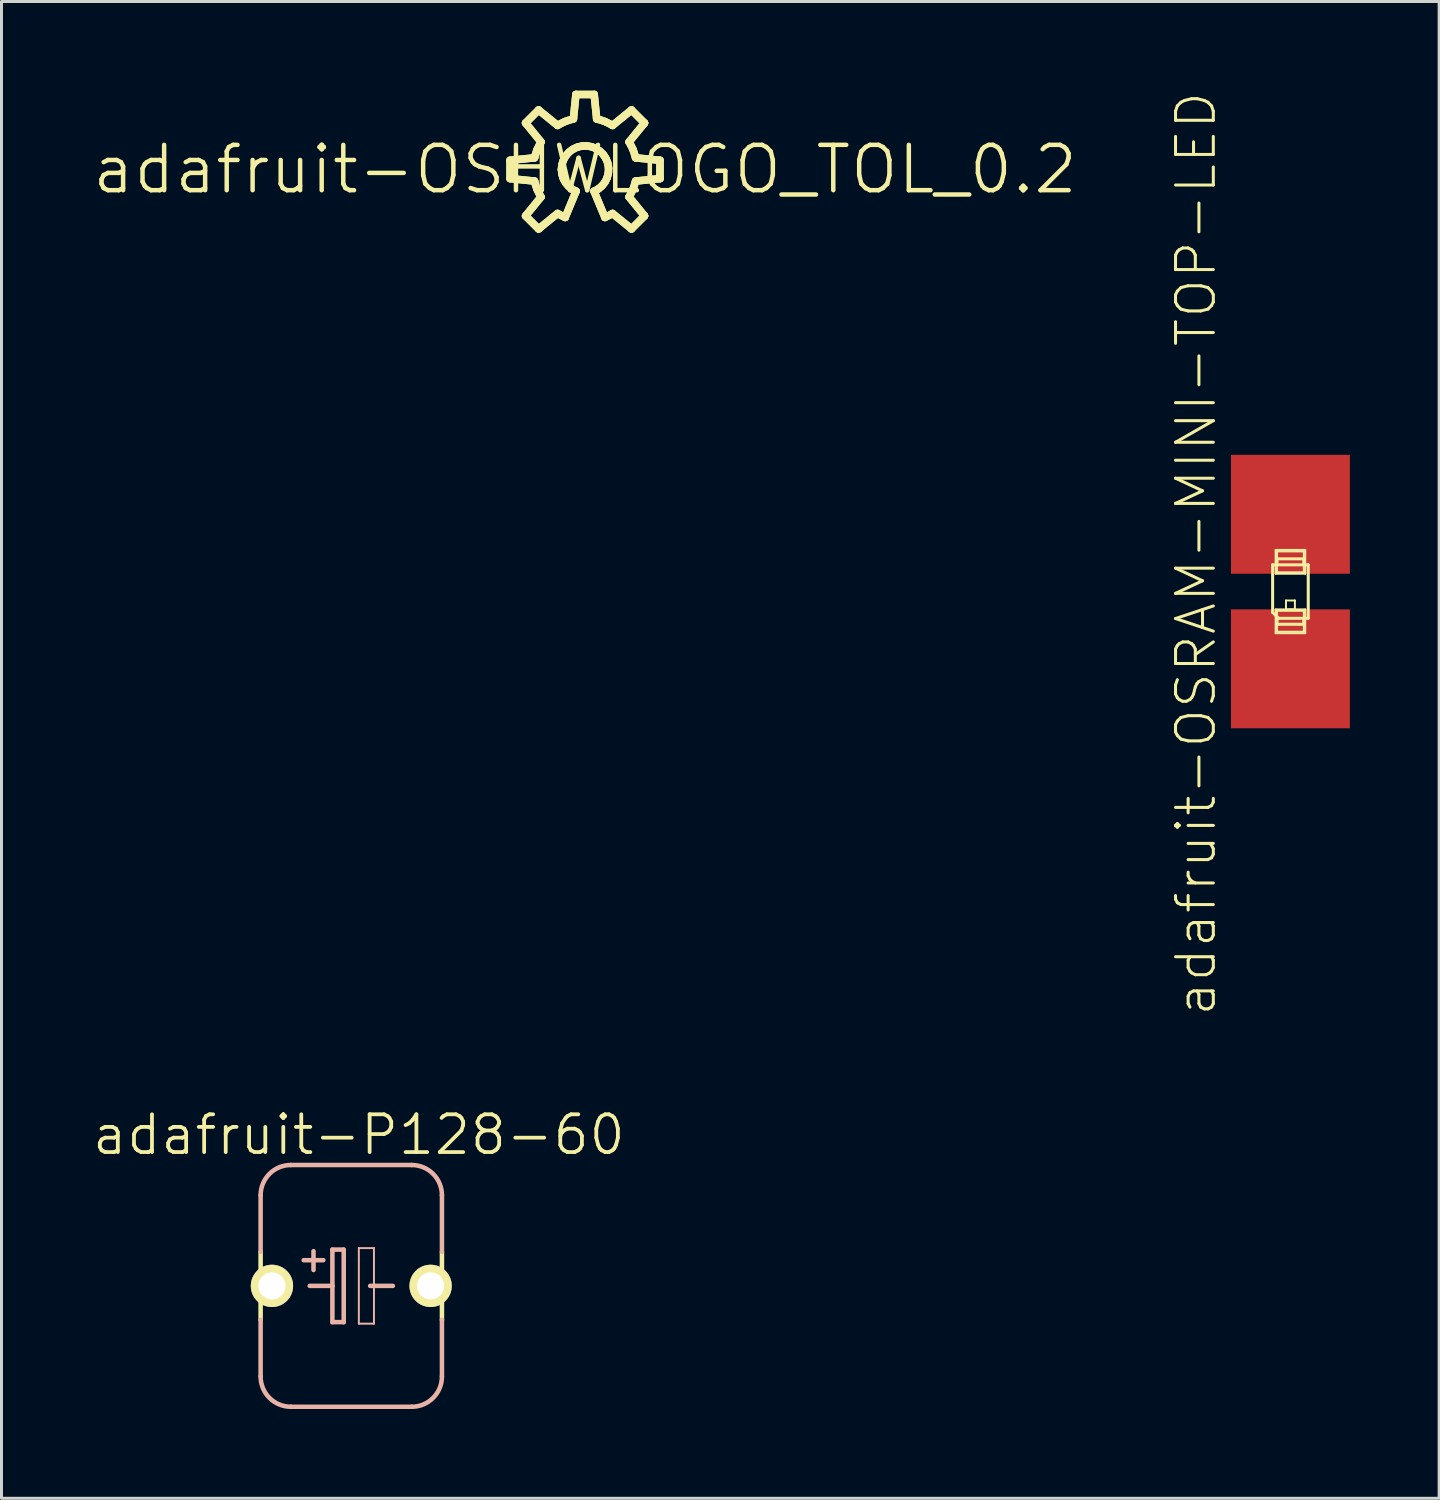
<source format=kicad_pcb>
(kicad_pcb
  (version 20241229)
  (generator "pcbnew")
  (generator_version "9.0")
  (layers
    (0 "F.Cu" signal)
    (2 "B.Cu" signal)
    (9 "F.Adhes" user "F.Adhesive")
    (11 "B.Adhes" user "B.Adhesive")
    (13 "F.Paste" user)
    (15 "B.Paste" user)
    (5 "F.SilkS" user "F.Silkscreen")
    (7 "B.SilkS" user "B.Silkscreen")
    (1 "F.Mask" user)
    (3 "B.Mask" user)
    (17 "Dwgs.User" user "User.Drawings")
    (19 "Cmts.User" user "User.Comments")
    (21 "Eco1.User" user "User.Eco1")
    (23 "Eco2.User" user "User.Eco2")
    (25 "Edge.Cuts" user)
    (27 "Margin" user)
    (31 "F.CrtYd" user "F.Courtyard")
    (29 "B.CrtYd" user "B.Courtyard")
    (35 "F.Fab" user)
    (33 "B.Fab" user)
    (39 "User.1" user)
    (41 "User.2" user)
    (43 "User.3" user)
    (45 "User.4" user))
  (footprint "adafruit-OSRAM-MINI-TOP-LED"
    (layer "F.Cu")
    (at 40.334 16.838)
    (property "Reference" "adafruit-OSRAM-MINI-TOP-LED" (at -3.175 -1.27 90) (layer "F.SilkS") (effects (font (size 1.27 1.27) (thickness 0.102))))
    (attr smd)
    (fp_line (start -0.599 -0.899) (end -0.599 0.699) (stroke (width 0.102) (type solid)) (layer "F.SilkS"))
    (fp_line (start -0.599 0.699) (end -0.399 0.899) (stroke (width 0.102) (type solid)) (layer "F.SilkS"))
    (fp_line (start -0.498 -1.4) (end 0.498 -1.4) (stroke (width 0.066) (type solid)) (layer "F.SilkS"))
    (fp_line (start -0.498 -0.599) (end -0.498 -1.4) (stroke (width 0.066) (type solid)) (layer "F.SilkS"))
    (fp_line (start -0.498 -0.599) (end 0.498 -0.599) (stroke (width 0.066) (type solid)) (layer "F.SilkS"))
    (fp_line (start -0.498 0.599) (end 0.498 0.599) (stroke (width 0.066) (type solid)) (layer "F.SilkS"))
    (fp_line (start -0.498 1.4) (end -0.498 0.599) (stroke (width 0.066) (type solid)) (layer "F.SilkS"))
    (fp_line (start -0.498 1.4) (end 0.498 1.4) (stroke (width 0.066) (type solid)) (layer "F.SilkS"))
    (fp_line (start -0.45 -1.349) (end 0.45 -1.349) (stroke (width 0.066) (type solid)) (layer "F.SilkS"))
    (fp_line (start -0.45 -1.1) (end 0.45 -1.1) (stroke (width 0.102) (type solid)) (layer "F.SilkS"))
    (fp_line (start -0.45 -0.95) (end -0.45 -1.1) (stroke (width 0.102) (type solid)) (layer "F.SilkS"))
    (fp_line (start -0.45 -0.648) (end -0.45 -1.349) (stroke (width 0.066) (type solid)) (layer "F.SilkS"))
    (fp_line (start -0.45 -0.648) (end 0.45 -0.648) (stroke (width 0.066) (type solid)) (layer "F.SilkS"))
    (fp_line (start -0.45 0.648) (end 0.45 0.648) (stroke (width 0.066) (type solid)) (layer "F.SilkS"))
    (fp_line (start -0.45 0.899) (end -0.45 1.1) (stroke (width 0.102) (type solid)) (layer "F.SilkS"))
    (fp_line (start -0.45 0.899) (end -0.399 0.899) (stroke (width 0.102) (type solid)) (layer "F.SilkS"))
    (fp_line (start -0.45 1.1) (end 0.45 1.1) (stroke (width 0.102) (type solid)) (layer "F.SilkS"))
    (fp_line (start -0.45 1.349) (end -0.45 0.648) (stroke (width 0.066) (type solid)) (layer "F.SilkS"))
    (fp_line (start -0.45 1.349) (end 0.45 1.349) (stroke (width 0.066) (type solid)) (layer "F.SilkS"))
    (fp_line (start -0.399 0.899) (end 0.599 0.899) (stroke (width 0.102) (type solid)) (layer "F.SilkS"))
    (fp_line (start -0.15 0.3) (end 0.15 0.3) (stroke (width 0.066) (type solid)) (layer "F.SilkS"))
    (fp_line (start -0.15 0.599) (end -0.15 0.3) (stroke (width 0.066) (type solid)) (layer "F.SilkS"))
    (fp_line (start -0.15 0.599) (end 0.15 0.599) (stroke (width 0.066) (type solid)) (layer "F.SilkS"))
    (fp_line (start 0.15 0.599) (end 0.15 0.3) (stroke (width 0.066) (type solid)) (layer "F.SilkS"))
    (fp_line (start 0.45 -1.1) (end 0.45 -0.95) (stroke (width 0.102) (type solid)) (layer "F.SilkS"))
    (fp_line (start 0.45 -0.648) (end 0.45 -1.349) (stroke (width 0.066) (type solid)) (layer "F.SilkS"))
    (fp_line (start 0.45 1.1) (end 0.45 0.95) (stroke (width 0.102) (type solid)) (layer "F.SilkS"))
    (fp_line (start 0.45 1.349) (end 0.45 0.648) (stroke (width 0.066) (type solid)) (layer "F.SilkS"))
    (fp_line (start 0.498 -0.599) (end 0.498 -1.4) (stroke (width 0.066) (type solid)) (layer "F.SilkS"))
    (fp_line (start 0.498 1.4) (end 0.498 0.599) (stroke (width 0.066) (type solid)) (layer "F.SilkS"))
    (fp_line (start 0.599 -0.899) (end -0.599 -0.899) (stroke (width 0.102) (type solid)) (layer "F.SilkS"))
    (fp_line (start 0.599 0.899) (end 0.599 -0.899) (stroke (width 0.102) (type solid)) (layer "F.SilkS"))
    (pad "A" smd rect (at 0 -2.598) (size 3.998 3.998) (layers "F.Cu" "F.Mask" "F.Paste"))
    (pad "C" smd rect (at 0 2.598) (size 3.998 3.998) (layers "F.Cu" "F.Mask" "F.Paste")))
  (footprint "adafruit-OSHWLOGO_TOL_0.2"
    (layer "F.Cu")
    (at 16.619 2.647)
    (property "Reference" "adafruit-OSHWLOGO_TOL_0.2" (at 0 0 0) (layer "F.SilkS") (effects (font (size 1.524 1.524) (thickness 0.15))))
    (attr exclude_from_pos_files exclude_from_bom)
    (fp_line (start -2.52 -0.307) (end -2.52 0.307) (stroke (width 0.254) (type solid)) (layer "F.SilkS"))
    (fp_line (start -2.52 -0.307) (end -2.52 0.307) (stroke (width 0.254) (type solid)) (layer "F.SilkS"))
    (fp_line (start -2.52 0.307) (end -1.699 0.391) (stroke (width 0.254) (type solid)) (layer "F.SilkS"))
    (fp_line (start -2.52 0.307) (end -1.699 0.391) (stroke (width 0.254) (type solid)) (layer "F.SilkS"))
    (fp_line (start -1.999 -1.562) (end -1.481 -0.925) (stroke (width 0.254) (type solid)) (layer "F.SilkS"))
    (fp_line (start -1.999 -1.562) (end -1.481 -0.925) (stroke (width 0.254) (type solid)) (layer "F.SilkS"))
    (fp_line (start -1.999 1.562) (end -1.562 1.999) (stroke (width 0.254) (type solid)) (layer "F.SilkS"))
    (fp_line (start -1.999 1.562) (end -1.562 1.999) (stroke (width 0.254) (type solid)) (layer "F.SilkS"))
    (fp_line (start -1.699 -0.391) (end -2.52 -0.307) (stroke (width 0.254) (type solid)) (layer "F.SilkS"))
    (fp_line (start -1.699 -0.391) (end -2.52 -0.307) (stroke (width 0.254) (type solid)) (layer "F.SilkS"))
    (fp_line (start -1.699 0.391) (end -1.613 0.668) (stroke (width 0.254) (type solid)) (layer "F.SilkS"))
    (fp_line (start -1.613 -0.668) (end -1.699 -0.391) (stroke (width 0.254) (type solid)) (layer "F.SilkS"))
    (fp_line (start -1.613 0.668) (end -1.481 0.925) (stroke (width 0.254) (type solid)) (layer "F.SilkS"))
    (fp_line (start -1.562 -1.999) (end -1.999 -1.562) (stroke (width 0.254) (type solid)) (layer "F.SilkS"))
    (fp_line (start -1.562 -1.999) (end -1.999 -1.562) (stroke (width 0.254) (type solid)) (layer "F.SilkS"))
    (fp_line (start -1.562 1.999) (end -0.925 1.481) (stroke (width 0.254) (type solid)) (layer "F.SilkS"))
    (fp_line (start -1.562 1.999) (end -0.925 1.481) (stroke (width 0.254) (type solid)) (layer "F.SilkS"))
    (fp_line (start -1.481 -0.925) (end -1.613 -0.668) (stroke (width 0.254) (type solid)) (layer "F.SilkS"))
    (fp_line (start -1.481 0.925) (end -1.999 1.562) (stroke (width 0.254) (type solid)) (layer "F.SilkS"))
    (fp_line (start -1.481 0.925) (end -1.999 1.562) (stroke (width 0.254) (type solid)) (layer "F.SilkS"))
    (fp_line (start -0.925 -1.481) (end -1.562 -1.999) (stroke (width 0.254) (type solid)) (layer "F.SilkS"))
    (fp_line (start -0.925 -1.481) (end -1.562 -1.999) (stroke (width 0.254) (type solid)) (layer "F.SilkS"))
    (fp_line (start -0.925 1.481) (end -0.668 1.613) (stroke (width 0.254) (type solid)) (layer "F.SilkS"))
    (fp_line (start -0.792 0) (end -0.775 -0.16) (stroke (width 0.254) (type solid)) (layer "F.SilkS"))
    (fp_line (start -0.777 0.152) (end -0.792 0) (stroke (width 0.254) (type solid)) (layer "F.SilkS"))
    (fp_line (start -0.775 -0.16) (end -0.726 -0.315) (stroke (width 0.254) (type solid)) (layer "F.SilkS"))
    (fp_line (start -0.732 0.302) (end -0.777 0.152) (stroke (width 0.254) (type solid)) (layer "F.SilkS"))
    (fp_line (start -0.726 -0.315) (end -0.645 -0.457) (stroke (width 0.254) (type solid)) (layer "F.SilkS"))
    (fp_line (start -0.668 -1.613) (end -0.925 -1.481) (stroke (width 0.254) (type solid)) (layer "F.SilkS"))
    (fp_line (start -0.668 1.613) (end -0.302 0.732) (stroke (width 0.254) (type solid)) (layer "F.SilkS"))
    (fp_line (start -0.668 1.613) (end -0.302 0.732) (stroke (width 0.254) (type solid)) (layer "F.SilkS"))
    (fp_line (start -0.658 0.439) (end -0.732 0.302) (stroke (width 0.254) (type solid)) (layer "F.SilkS"))
    (fp_line (start -0.645 -0.457) (end -0.538 -0.582) (stroke (width 0.254) (type solid)) (layer "F.SilkS"))
    (fp_line (start -0.559 0.559) (end -0.658 0.439) (stroke (width 0.254) (type solid)) (layer "F.SilkS"))
    (fp_line (start -0.538 -0.582) (end -0.409 -0.678) (stroke (width 0.254) (type solid)) (layer "F.SilkS"))
    (fp_line (start -0.439 0.658) (end -0.559 0.559) (stroke (width 0.254) (type solid)) (layer "F.SilkS"))
    (fp_line (start -0.409 -0.678) (end -0.262 -0.747) (stroke (width 0.254) (type solid)) (layer "F.SilkS"))
    (fp_line (start -0.391 -1.699) (end -0.668 -1.613) (stroke (width 0.254) (type solid)) (layer "F.SilkS"))
    (fp_line (start -0.307 -2.52) (end -0.391 -1.699) (stroke (width 0.254) (type solid)) (layer "F.SilkS"))
    (fp_line (start -0.307 -2.52) (end -0.391 -1.699) (stroke (width 0.254) (type solid)) (layer "F.SilkS"))
    (fp_line (start -0.302 0.732) (end -0.439 0.658) (stroke (width 0.254) (type solid)) (layer "F.SilkS"))
    (fp_line (start -0.262 -0.747) (end -0.102 -0.785) (stroke (width 0.254) (type solid)) (layer "F.SilkS"))
    (fp_line (start -0.102 -0.785) (end 0.058 -0.79) (stroke (width 0.254) (type solid)) (layer "F.SilkS"))
    (fp_line (start 0.058 -0.79) (end 0.218 -0.762) (stroke (width 0.254) (type solid)) (layer "F.SilkS"))
    (fp_line (start 0.218 -0.762) (end 0.371 -0.701) (stroke (width 0.254) (type solid)) (layer "F.SilkS"))
    (fp_line (start 0.302 0.732) (end 0.668 1.613) (stroke (width 0.254) (type solid)) (layer "F.SilkS"))
    (fp_line (start 0.302 0.732) (end 0.668 1.613) (stroke (width 0.254) (type solid)) (layer "F.SilkS"))
    (fp_line (start 0.307 -2.52) (end -0.307 -2.52) (stroke (width 0.254) (type solid)) (layer "F.SilkS"))
    (fp_line (start 0.307 -2.52) (end -0.307 -2.52) (stroke (width 0.254) (type solid)) (layer "F.SilkS"))
    (fp_line (start 0.371 -0.701) (end 0.505 -0.61) (stroke (width 0.254) (type solid)) (layer "F.SilkS"))
    (fp_line (start 0.391 -1.699) (end 0.307 -2.52) (stroke (width 0.254) (type solid)) (layer "F.SilkS"))
    (fp_line (start 0.391 -1.699) (end 0.307 -2.52) (stroke (width 0.254) (type solid)) (layer "F.SilkS"))
    (fp_line (start 0.447 0.655) (end 0.302 0.732) (stroke (width 0.254) (type solid)) (layer "F.SilkS"))
    (fp_line (start 0.505 -0.61) (end 0.62 -0.493) (stroke (width 0.254) (type solid)) (layer "F.SilkS"))
    (fp_line (start 0.572 0.549) (end 0.447 0.655) (stroke (width 0.254) (type solid)) (layer "F.SilkS"))
    (fp_line (start 0.62 -0.493) (end 0.706 -0.356) (stroke (width 0.254) (type solid)) (layer "F.SilkS"))
    (fp_line (start 0.668 -1.613) (end 0.391 -1.699) (stroke (width 0.254) (type solid)) (layer "F.SilkS"))
    (fp_line (start 0.668 1.613) (end 0.925 1.481) (stroke (width 0.254) (type solid)) (layer "F.SilkS"))
    (fp_line (start 0.671 0.422) (end 0.572 0.549) (stroke (width 0.254) (type solid)) (layer "F.SilkS"))
    (fp_line (start 0.706 -0.356) (end 0.765 -0.203) (stroke (width 0.254) (type solid)) (layer "F.SilkS"))
    (fp_line (start 0.742 0.274) (end 0.671 0.422) (stroke (width 0.254) (type solid)) (layer "F.SilkS"))
    (fp_line (start 0.765 -0.203) (end 0.79 -0.043) (stroke (width 0.254) (type solid)) (layer "F.SilkS"))
    (fp_line (start 0.782 0.117) (end 0.742 0.274) (stroke (width 0.254) (type solid)) (layer "F.SilkS"))
    (fp_line (start 0.79 -0.043) (end 0.782 0.117) (stroke (width 0.254) (type solid)) (layer "F.SilkS"))
    (fp_line (start 0.925 -1.481) (end 0.668 -1.613) (stroke (width 0.254) (type solid)) (layer "F.SilkS"))
    (fp_line (start 0.925 1.481) (end 1.562 1.999) (stroke (width 0.254) (type solid)) (layer "F.SilkS"))
    (fp_line (start 0.925 1.481) (end 1.562 1.999) (stroke (width 0.254) (type solid)) (layer "F.SilkS"))
    (fp_line (start 1.481 -0.925) (end 1.999 -1.562) (stroke (width 0.254) (type solid)) (layer "F.SilkS"))
    (fp_line (start 1.481 -0.925) (end 1.999 -1.562) (stroke (width 0.254) (type solid)) (layer "F.SilkS"))
    (fp_line (start 1.481 0.925) (end 1.613 0.668) (stroke (width 0.254) (type solid)) (layer "F.SilkS"))
    (fp_line (start 1.562 -1.999) (end 0.925 -1.481) (stroke (width 0.254) (type solid)) (layer "F.SilkS"))
    (fp_line (start 1.562 -1.999) (end 0.925 -1.481) (stroke (width 0.254) (type solid)) (layer "F.SilkS"))
    (fp_line (start 1.562 1.999) (end 1.999 1.562) (stroke (width 0.254) (type solid)) (layer "F.SilkS"))
    (fp_line (start 1.562 1.999) (end 1.999 1.562) (stroke (width 0.254) (type solid)) (layer "F.SilkS"))
    (fp_line (start 1.613 -0.668) (end 1.481 -0.925) (stroke (width 0.254) (type solid)) (layer "F.SilkS"))
    (fp_line (start 1.613 0.668) (end 1.699 0.391) (stroke (width 0.254) (type solid)) (layer "F.SilkS"))
    (fp_line (start 1.699 -0.391) (end 1.613 -0.668) (stroke (width 0.254) (type solid)) (layer "F.SilkS"))
    (fp_line (start 1.699 0.391) (end 2.52 0.307) (stroke (width 0.254) (type solid)) (layer "F.SilkS"))
    (fp_line (start 1.699 0.391) (end 2.52 0.307) (stroke (width 0.254) (type solid)) (layer "F.SilkS"))
    (fp_line (start 1.999 -1.562) (end 1.562 -1.999) (stroke (width 0.254) (type solid)) (layer "F.SilkS"))
    (fp_line (start 1.999 -1.562) (end 1.562 -1.999) (stroke (width 0.254) (type solid)) (layer "F.SilkS"))
    (fp_line (start 1.999 1.562) (end 1.481 0.925) (stroke (width 0.254) (type solid)) (layer "F.SilkS"))
    (fp_line (start 1.999 1.562) (end 1.481 0.925) (stroke (width 0.254) (type solid)) (layer "F.SilkS"))
    (fp_line (start 2.52 -0.307) (end 1.699 -0.391) (stroke (width 0.254) (type solid)) (layer "F.SilkS"))
    (fp_line (start 2.52 -0.307) (end 1.699 -0.391) (stroke (width 0.254) (type solid)) (layer "F.SilkS"))
    (fp_line (start 2.52 0.307) (end 2.52 -0.307) (stroke (width 0.254) (type solid)) (layer "F.SilkS"))
    (fp_line (start 2.52 0.307) (end 2.52 -0.307) (stroke (width 0.254) (type solid)) (layer "F.SilkS"))
    (fp_arc (start -1.69926 -0.39116) (mid -1.611396 -0.666254) (end -1.479333 -0.923074) (stroke (width 0.254) (type solid)) (layer "F.SilkS"))
    (fp_arc (start -1.48082 0.92456) (mid -1.613108 0.667475) (end -1.70115 0.392081) (stroke (width 0.254) (type solid)) (layer "F.SilkS"))
    (fp_arc (start -0.92456 -1.48082) (mid -0.667475 -1.613108) (end -0.392081 -1.70115) (stroke (width 0.254) (type solid)) (layer "F.SilkS"))
    (fp_arc (start -0.79248 0) (mid 0.439703 -0.659307) (end 0.304546 0.731626) (stroke (width 0.254) (type solid)) (layer "F.SilkS"))
    (fp_arc (start -0.66802 1.6129) (mid -0.799287 1.552043) (end -0.925064 1.480525) (stroke (width 0.254) (type solid)) (layer "F.SilkS"))
    (fp_arc (start -0.30226 0.73152) (mid -0.657731 0.44031) (end -0.791506 0.000689) (stroke (width 0.254) (type solid)) (layer "F.SilkS"))
    (fp_arc (start 0.39116 -1.69926) (mid 0.666254 -1.611396) (end 0.923074 -1.479333) (stroke (width 0.254) (type solid)) (layer "F.SilkS"))
    (fp_arc (start 0.92456 1.48082) (mid 0.79876 1.552295) (end 0.667474 1.613108) (stroke (width 0.254) (type solid)) (layer "F.SilkS"))
    (fp_arc (start 1.48082 -0.92456) (mid 1.613108 -0.667475) (end 1.70115 -0.392081) (stroke (width 0.254) (type solid)) (layer "F.SilkS"))
    (fp_arc (start 1.69926 0.39116) (mid 1.611396 0.666254) (end 1.479333 0.923074) (stroke (width 0.254) (type solid)) (layer "F.SilkS")))
  (footprint "adafruit-P128-60"
    (layer "F.Cu")
    (at 8.76 40.181)
    (property "Reference" "adafruit-P128-60" (at 0.254 -5.08 0) (layer "F.SilkS") (effects (font (size 1.27 1.27) (thickness 0.127))))
    (attr exclude_from_pos_files exclude_from_bom)
    (fp_line (start -3.048 1.143) (end -3.048 -1.143) (stroke (width 0.152) (type solid)) (layer "F.SilkS"))
    (fp_line (start 3.048 1.143) (end 3.048 -1.143) (stroke (width 0.152) (type solid)) (layer "F.SilkS"))
    (fp_line (start -3.048 -3.048) (end -3.048 -1.143) (stroke (width 0.152) (type solid)) (layer "B.SilkS"))
    (fp_line (start -3.048 1.143) (end -3.048 3.048) (stroke (width 0.152) (type solid)) (layer "B.SilkS"))
    (fp_line (start -2.032 4.064) (end 2.032 4.064) (stroke (width 0.152) (type solid)) (layer "B.SilkS"))
    (fp_line (start -1.397 0) (end -0.635 0) (stroke (width 0.152) (type solid)) (layer "B.SilkS"))
    (fp_line (start -1.27 -1.168) (end -1.27 -0.533) (stroke (width 0.152) (type solid)) (layer "B.SilkS"))
    (fp_line (start -0.94 -0.864) (end -1.6 -0.864) (stroke (width 0.152) (type solid)) (layer "B.SilkS"))
    (fp_line (start -0.635 -1.219) (end -0.635 0) (stroke (width 0.152) (type solid)) (layer "B.SilkS"))
    (fp_line (start -0.635 0) (end -0.635 1.219) (stroke (width 0.152) (type solid)) (layer "B.SilkS"))
    (fp_line (start -0.635 1.219) (end -0.254 1.219) (stroke (width 0.152) (type solid)) (layer "B.SilkS"))
    (fp_line (start -0.254 -1.219) (end -0.635 -1.219) (stroke (width 0.152) (type solid)) (layer "B.SilkS"))
    (fp_line (start -0.254 1.219) (end -0.254 -1.219) (stroke (width 0.152) (type solid)) (layer "B.SilkS"))
    (fp_line (start 0.254 -1.27) (end 0.762 -1.27) (stroke (width 0.066) (type solid)) (layer "B.SilkS"))
    (fp_line (start 0.254 1.27) (end 0.254 -1.27) (stroke (width 0.066) (type solid)) (layer "B.SilkS"))
    (fp_line (start 0.254 1.27) (end 0.762 1.27) (stroke (width 0.066) (type solid)) (layer "B.SilkS"))
    (fp_line (start 0.635 0) (end 1.397 0) (stroke (width 0.152) (type solid)) (layer "B.SilkS"))
    (fp_line (start 0.762 1.27) (end 0.762 -1.27) (stroke (width 0.066) (type solid)) (layer "B.SilkS"))
    (fp_line (start 2.032 -4.064) (end -2.032 -4.064) (stroke (width 0.152) (type solid)) (layer "B.SilkS"))
    (fp_line (start 3.048 -3.048) (end 3.048 -1.143) (stroke (width 0.152) (type solid)) (layer "B.SilkS"))
    (fp_line (start 3.048 1.143) (end 3.048 3.048) (stroke (width 0.152) (type solid)) (layer "B.SilkS"))
    (fp_arc (start -3.048 -3.048) (mid -2.75042 -3.76642) (end -2.032 -4.064) (stroke (width 0.1524) (type solid)) (layer "B.SilkS"))
    (fp_arc (start -2.032 4.064) (mid -2.75042 3.76642) (end -3.048 3.048) (stroke (width 0.1524) (type solid)) (layer "B.SilkS"))
    (fp_arc (start 2.032 -4.064) (mid 2.75042 -3.76642) (end 3.048 -3.048) (stroke (width 0.1524) (type solid)) (layer "B.SilkS"))
    (fp_arc (start 3.048 3.048) (mid 2.75042 3.76642) (end 2.032 4.064) (stroke (width 0.1524) (type solid)) (layer "B.SilkS"))
    (pad "+" thru_hole circle (at -2.667 0) (size 1.422 1.422) (drill 0.914) (layers "*.Cu" "F.Mask" "F.SilkS" "F.Paste"))
    (pad "-" thru_hole circle (at 2.667 0) (size 1.422 1.422) (drill 0.914) (layers "*.Cu" "F.Mask" "F.SilkS" "F.Paste")))
  (gr_rect
    (start -3 -3)
    (end 45.333 47.322)
    (stroke (width 0.1) (type default))
    (fill no)
    (layer "Edge.Cuts")))
</source>
